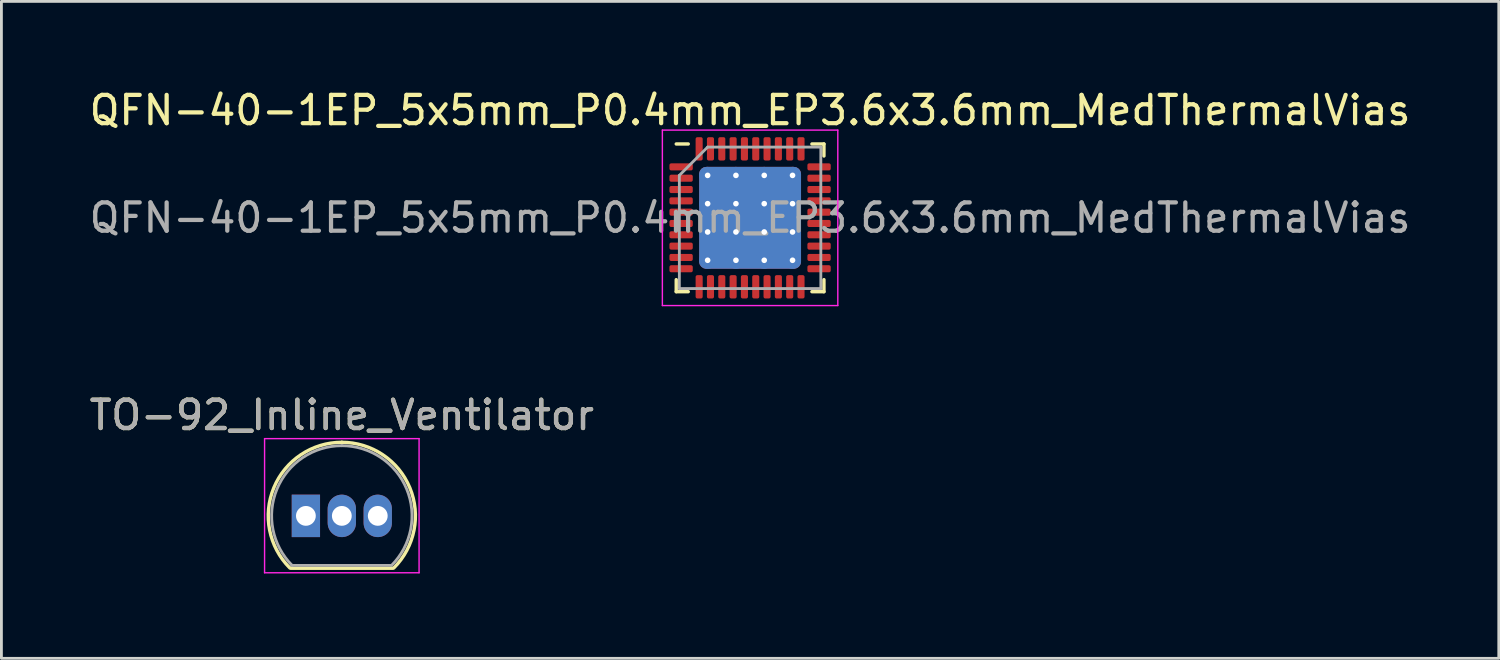
<source format=kicad_pcb>
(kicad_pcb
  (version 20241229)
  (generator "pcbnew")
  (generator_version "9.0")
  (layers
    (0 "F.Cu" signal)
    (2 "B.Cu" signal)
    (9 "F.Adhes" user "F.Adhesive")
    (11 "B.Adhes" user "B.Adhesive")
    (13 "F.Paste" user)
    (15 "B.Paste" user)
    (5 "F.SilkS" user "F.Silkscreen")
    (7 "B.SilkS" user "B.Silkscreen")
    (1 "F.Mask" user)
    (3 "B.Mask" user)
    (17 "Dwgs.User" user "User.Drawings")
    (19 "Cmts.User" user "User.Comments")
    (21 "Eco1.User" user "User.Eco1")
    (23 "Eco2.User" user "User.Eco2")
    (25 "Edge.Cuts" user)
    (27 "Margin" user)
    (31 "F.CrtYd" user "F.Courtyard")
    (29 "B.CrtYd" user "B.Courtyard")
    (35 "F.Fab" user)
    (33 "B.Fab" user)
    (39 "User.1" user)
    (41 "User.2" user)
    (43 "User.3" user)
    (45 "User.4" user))
  (footprint "QFN-40-1EP_5x5mm_P0.4mm_EP3.6x3.6mm_MedThermalVias"
    (layer "F.Cu")
    (at 23.458 4.648)
    (property "Reference" "QFN-40-1EP_5x5mm_P0.4mm_EP3.6x3.6mm_MedThermalVias" (at 0 -3.8 0) (layer "F.SilkS") (effects (font (size 1 1) (thickness 0.15))))
    (attr smd)
    (fp_line (start -2.61 2.61) (end -2.61 2.185) (stroke (width 0.12) (type solid)) (layer "F.SilkS"))
    (fp_line (start -2.185 -2.61) (end -2.61 -2.61) (stroke (width 0.12) (type solid)) (layer "F.SilkS"))
    (fp_line (start -2.185 2.61) (end -2.61 2.61) (stroke (width 0.12) (type solid)) (layer "F.SilkS"))
    (fp_line (start 2.185 -2.61) (end 2.61 -2.61) (stroke (width 0.12) (type solid)) (layer "F.SilkS"))
    (fp_line (start 2.185 2.61) (end 2.61 2.61) (stroke (width 0.12) (type solid)) (layer "F.SilkS"))
    (fp_line (start 2.61 -2.61) (end 2.61 -2.185) (stroke (width 0.12) (type solid)) (layer "F.SilkS"))
    (fp_line (start 2.61 2.61) (end 2.61 2.185) (stroke (width 0.12) (type solid)) (layer "F.SilkS"))
    (fp_line (start -3.1 -3.1) (end -3.1 3.1) (stroke (width 0.05) (type solid)) (layer "F.CrtYd"))
    (fp_line (start -3.1 3.1) (end 3.1 3.1) (stroke (width 0.05) (type solid)) (layer "F.CrtYd"))
    (fp_line (start 3.1 -3.1) (end -3.1 -3.1) (stroke (width 0.05) (type solid)) (layer "F.CrtYd"))
    (fp_line (start 3.1 3.1) (end 3.1 -3.1) (stroke (width 0.05) (type solid)) (layer "F.CrtYd"))
    (fp_line (start -2.5 -1.5) (end -1.5 -2.5) (stroke (width 0.1) (type solid)) (layer "F.Fab"))
    (fp_line (start -2.5 2.5) (end -2.5 -1.5) (stroke (width 0.1) (type solid)) (layer "F.Fab"))
    (fp_line (start -1.5 -2.5) (end 2.5 -2.5) (stroke (width 0.1) (type solid)) (layer "F.Fab"))
    (fp_line (start 2.5 -2.5) (end 2.5 2.5) (stroke (width 0.1) (type solid)) (layer "F.Fab"))
    (fp_line (start 2.5 2.5) (end -2.5 2.5) (stroke (width 0.1) (type solid)) (layer "F.Fab"))
    (fp_text user "${REFERENCE}" (at 0 0 0) (layer "F.Fab") (effects (font (size 1 1) (thickness 0.15))))
    (pad "" smd custom (at -1.033 -1.033) (size 0.803 0.803) (layers "F.Paste") (options (anchor circle)) (primitives (gr_poly (pts (xy -0.338 -0.233) (xy -0.233 -0.338) (xy 0.233 -0.338) (xy 0.338 -0.233) (xy 0.338 0.233) (xy 0.233 0.338) (xy -0.233 0.338) (xy -0.338 0.233)) (width 0.253) (fill yes))))
    (pad "" smd custom (at -1.033 0) (size 0.803 0.803) (layers "F.Paste") (options (anchor circle)) (primitives (gr_poly (pts (xy -0.338 -0.233) (xy -0.233 -0.338) (xy 0.233 -0.338) (xy 0.338 -0.233) (xy 0.338 0.233) (xy 0.233 0.338) (xy -0.233 0.338) (xy -0.338 0.233)) (width 0.253) (fill yes))))
    (pad "" smd custom (at -1.033 1.033) (size 0.803 0.803) (layers "F.Paste") (options (anchor circle)) (primitives (gr_poly (pts (xy -0.338 -0.233) (xy -0.233 -0.338) (xy 0.233 -0.338) (xy 0.338 -0.233) (xy 0.338 0.233) (xy 0.233 0.338) (xy -0.233 0.338) (xy -0.338 0.233)) (width 0.253) (fill yes))))
    (pad "" smd custom (at 0 -1.033) (size 0.803 0.803) (layers "F.Paste") (options (anchor circle)) (primitives (gr_poly (pts (xy -0.338 -0.233) (xy -0.233 -0.338) (xy 0.233 -0.338) (xy 0.338 -0.233) (xy 0.338 0.233) (xy 0.233 0.338) (xy -0.233 0.338) (xy -0.338 0.233)) (width 0.253) (fill yes))))
    (pad "" smd custom (at 0 0) (size 0.803 0.803) (layers "F.Paste") (options (anchor circle)) (primitives (gr_poly (pts (xy -0.338 -0.233) (xy -0.233 -0.338) (xy 0.233 -0.338) (xy 0.338 -0.233) (xy 0.338 0.233) (xy 0.233 0.338) (xy -0.233 0.338) (xy -0.338 0.233)) (width 0.253) (fill yes))))
    (pad "" smd custom (at 0 1.033) (size 0.803 0.803) (layers "F.Paste") (options (anchor circle)) (primitives (gr_poly (pts (xy -0.338 -0.233) (xy -0.233 -0.338) (xy 0.233 -0.338) (xy 0.338 -0.233) (xy 0.338 0.233) (xy 0.233 0.338) (xy -0.233 0.338) (xy -0.338 0.233)) (width 0.253) (fill yes))))
    (pad "" smd custom (at 1.033 -1.033) (size 0.803 0.803) (layers "F.Paste") (options (anchor circle)) (primitives (gr_poly (pts (xy -0.338 -0.233) (xy -0.233 -0.338) (xy 0.233 -0.338) (xy 0.338 -0.233) (xy 0.338 0.233) (xy 0.233 0.338) (xy -0.233 0.338) (xy -0.338 0.233)) (width 0.253) (fill yes))))
    (pad "" smd custom (at 1.033 0) (size 0.803 0.803) (layers "F.Paste") (options (anchor circle)) (primitives (gr_poly (pts (xy -0.338 -0.233) (xy -0.233 -0.338) (xy 0.233 -0.338) (xy 0.338 -0.233) (xy 0.338 0.233) (xy 0.233 0.338) (xy -0.233 0.338) (xy -0.338 0.233)) (width 0.253) (fill yes))))
    (pad "" smd custom (at 1.033 1.033) (size 0.803 0.803) (layers "F.Paste") (options (anchor circle)) (primitives (gr_poly (pts (xy -0.338 -0.233) (xy -0.233 -0.338) (xy 0.233 -0.338) (xy 0.338 -0.233) (xy 0.338 0.233) (xy 0.233 0.338) (xy -0.233 0.338) (xy -0.338 0.233)) (width 0.253) (fill yes))))
    (pad "1" smd roundrect (at -2.438 -1.8) (size 0.825 0.25) (layers "F.Cu" "F.Mask" "F.Paste") (roundrect_rratio 0.25))
    (pad "2" smd roundrect (at -2.438 -1.4) (size 0.825 0.25) (layers "F.Cu" "F.Mask" "F.Paste") (roundrect_rratio 0.25))
    (pad "3" smd roundrect (at -2.438 -1) (size 0.825 0.25) (layers "F.Cu" "F.Mask" "F.Paste") (roundrect_rratio 0.25))
    (pad "4" smd roundrect (at -2.438 -0.6) (size 0.825 0.25) (layers "F.Cu" "F.Mask" "F.Paste") (roundrect_rratio 0.25))
    (pad "5" smd roundrect (at -2.438 -0.2) (size 0.825 0.25) (layers "F.Cu" "F.Mask" "F.Paste") (roundrect_rratio 0.25))
    (pad "6" smd roundrect (at -2.438 0.2) (size 0.825 0.25) (layers "F.Cu" "F.Mask" "F.Paste") (roundrect_rratio 0.25))
    (pad "7" smd roundrect (at -2.438 0.6) (size 0.825 0.25) (layers "F.Cu" "F.Mask" "F.Paste") (roundrect_rratio 0.25))
    (pad "8" smd roundrect (at -2.438 1) (size 0.825 0.25) (layers "F.Cu" "F.Mask" "F.Paste") (roundrect_rratio 0.25))
    (pad "9" smd roundrect (at -2.438 1.4) (size 0.825 0.25) (layers "F.Cu" "F.Mask" "F.Paste") (roundrect_rratio 0.25))
    (pad "10" smd roundrect (at -2.438 1.8) (size 0.825 0.25) (layers "F.Cu" "F.Mask" "F.Paste") (roundrect_rratio 0.25))
    (pad "11" smd roundrect (at -1.8 2.438) (size 0.25 0.825) (layers "F.Cu" "F.Mask" "F.Paste") (roundrect_rratio 0.25))
    (pad "12" smd roundrect (at -1.4 2.438) (size 0.25 0.825) (layers "F.Cu" "F.Mask" "F.Paste") (roundrect_rratio 0.25))
    (pad "13" smd roundrect (at -1 2.438) (size 0.25 0.825) (layers "F.Cu" "F.Mask" "F.Paste") (roundrect_rratio 0.25))
    (pad "14" smd roundrect (at -0.6 2.438) (size 0.25 0.825) (layers "F.Cu" "F.Mask" "F.Paste") (roundrect_rratio 0.25))
    (pad "15" smd roundrect (at -0.2 2.438) (size 0.25 0.825) (layers "F.Cu" "F.Mask" "F.Paste") (roundrect_rratio 0.25))
    (pad "16" smd roundrect (at 0.2 2.438) (size 0.25 0.825) (layers "F.Cu" "F.Mask" "F.Paste") (roundrect_rratio 0.25))
    (pad "17" smd roundrect (at 0.6 2.438) (size 0.25 0.825) (layers "F.Cu" "F.Mask" "F.Paste") (roundrect_rratio 0.25))
    (pad "18" smd roundrect (at 1 2.438) (size 0.25 0.825) (layers "F.Cu" "F.Mask" "F.Paste") (roundrect_rratio 0.25))
    (pad "19" smd roundrect (at 1.4 2.438) (size 0.25 0.825) (layers "F.Cu" "F.Mask" "F.Paste") (roundrect_rratio 0.25))
    (pad "20" smd roundrect (at 1.8 2.438) (size 0.25 0.825) (layers "F.Cu" "F.Mask" "F.Paste") (roundrect_rratio 0.25))
    (pad "21" smd roundrect (at 2.438 1.8) (size 0.825 0.25) (layers "F.Cu" "F.Mask" "F.Paste") (roundrect_rratio 0.25))
    (pad "22" smd roundrect (at 2.438 1.4) (size 0.825 0.25) (layers "F.Cu" "F.Mask" "F.Paste") (roundrect_rratio 0.25))
    (pad "23" smd roundrect (at 2.438 1) (size 0.825 0.25) (layers "F.Cu" "F.Mask" "F.Paste") (roundrect_rratio 0.25))
    (pad "24" smd roundrect (at 2.438 0.6) (size 0.825 0.25) (layers "F.Cu" "F.Mask" "F.Paste") (roundrect_rratio 0.25))
    (pad "25" smd roundrect (at 2.438 0.2) (size 0.825 0.25) (layers "F.Cu" "F.Mask" "F.Paste") (roundrect_rratio 0.25))
    (pad "26" smd roundrect (at 2.438 -0.2) (size 0.825 0.25) (layers "F.Cu" "F.Mask" "F.Paste") (roundrect_rratio 0.25))
    (pad "27" smd roundrect (at 2.438 -0.6) (size 0.825 0.25) (layers "F.Cu" "F.Mask" "F.Paste") (roundrect_rratio 0.25))
    (pad "28" smd roundrect (at 2.438 -1) (size 0.825 0.25) (layers "F.Cu" "F.Mask" "F.Paste") (roundrect_rratio 0.25))
    (pad "29" smd roundrect (at 2.438 -1.4) (size 0.825 0.25) (layers "F.Cu" "F.Mask" "F.Paste") (roundrect_rratio 0.25))
    (pad "30" smd roundrect (at 2.438 -1.8) (size 0.825 0.25) (layers "F.Cu" "F.Mask" "F.Paste") (roundrect_rratio 0.25))
    (pad "31" smd roundrect (at 1.8 -2.438) (size 0.25 0.825) (layers "F.Cu" "F.Mask" "F.Paste") (roundrect_rratio 0.25))
    (pad "32" smd roundrect (at 1.4 -2.438) (size 0.25 0.825) (layers "F.Cu" "F.Mask" "F.Paste") (roundrect_rratio 0.25))
    (pad "33" smd roundrect (at 1 -2.438) (size 0.25 0.825) (layers "F.Cu" "F.Mask" "F.Paste") (roundrect_rratio 0.25))
    (pad "34" smd roundrect (at 0.6 -2.438) (size 0.25 0.825) (layers "F.Cu" "F.Mask" "F.Paste") (roundrect_rratio 0.25))
    (pad "35" smd roundrect (at 0.2 -2.438) (size 0.25 0.825) (layers "F.Cu" "F.Mask" "F.Paste") (roundrect_rratio 0.25))
    (pad "36" smd roundrect (at -0.2 -2.438) (size 0.25 0.825) (layers "F.Cu" "F.Mask" "F.Paste") (roundrect_rratio 0.25))
    (pad "37" smd roundrect (at -0.6 -2.438) (size 0.25 0.825) (layers "F.Cu" "F.Mask" "F.Paste") (roundrect_rratio 0.25))
    (pad "38" smd roundrect (at -1 -2.438) (size 0.25 0.825) (layers "F.Cu" "F.Mask" "F.Paste") (roundrect_rratio 0.25))
    (pad "39" smd roundrect (at -1.4 -2.438) (size 0.25 0.825) (layers "F.Cu" "F.Mask" "F.Paste") (roundrect_rratio 0.25))
    (pad "40" smd roundrect (at -1.8 -2.438) (size 0.25 0.825) (layers "F.Cu" "F.Mask" "F.Paste") (roundrect_rratio 0.25))
    (pad "41" thru_hole circle (at -1.5 -1.5) (size 0.6 0.6) (drill 0.2) (layers "*.Cu"))
    (pad "41" thru_hole circle (at -1.5 -0.5) (size 0.6 0.6) (drill 0.2) (layers "*.Cu"))
    (pad "41" thru_hole circle (at -1.5 0.5) (size 0.6 0.6) (drill 0.2) (layers "*.Cu"))
    (pad "41" thru_hole circle (at -1.5 1.5) (size 0.6 0.6) (drill 0.2) (layers "*.Cu"))
    (pad "41" thru_hole circle (at -0.5 -1.5) (size 0.6 0.6) (drill 0.2) (layers "*.Cu"))
    (pad "41" thru_hole circle (at -0.5 -0.5) (size 0.6 0.6) (drill 0.2) (layers "*.Cu"))
    (pad "41" thru_hole circle (at -0.5 0.5) (size 0.6 0.6) (drill 0.2) (layers "*.Cu"))
    (pad "41" thru_hole circle (at -0.5 1.5) (size 0.6 0.6) (drill 0.2) (layers "*.Cu"))
    (pad "41" smd roundrect (at 0 0) (size 3.6 3.6) (layers "F.Cu" "F.Mask") (roundrect_rratio 0.069))
    (pad "41" smd roundrect (at 0 0) (size 3.6 3.6) (layers "B.Cu") (roundrect_rratio 0.069))
    (pad "41" thru_hole circle (at 0.5 -1.5) (size 0.6 0.6) (drill 0.2) (layers "*.Cu"))
    (pad "41" thru_hole circle (at 0.5 -0.5) (size 0.6 0.6) (drill 0.2) (layers "*.Cu"))
    (pad "41" thru_hole circle (at 0.5 0.5) (size 0.6 0.6) (drill 0.2) (layers "*.Cu"))
    (pad "41" thru_hole circle (at 0.5 1.5) (size 0.6 0.6) (drill 0.2) (layers "*.Cu"))
    (pad "41" thru_hole circle (at 1.5 -1.5) (size 0.6 0.6) (drill 0.2) (layers "*.Cu"))
    (pad "41" thru_hole circle (at 1.5 -0.5) (size 0.6 0.6) (drill 0.2) (layers "*.Cu"))
    (pad "41" thru_hole circle (at 1.5 0.5) (size 0.6 0.6) (drill 0.2) (layers "*.Cu"))
    (pad "41" thru_hole circle (at 1.5 1.5) (size 0.6 0.6) (drill 0.2) (layers "*.Cu")))
  (footprint "TO-92_Inline_Ventilator"
    (layer "F.Cu")
    (at 7.76 15.181)
    (property "Reference" "TO-92_Inline_Ventilator" (at 1.27 -3.56 0) (layer "F.SilkS") (effects (font (size 1 1) (thickness 0.15))))
    (attr through_hole)
    (fp_line (start -0.53 1.85) (end 3.07 1.85) (stroke (width 0.12) (type solid)) (layer "F.SilkS"))
    (fp_arc (start -0.568478 1.838478) (mid -1.132087 -0.994977) (end 1.27 -2.6) (stroke (width 0.12) (type solid)) (layer "F.SilkS"))
    (fp_arc (start 1.27 -2.6) (mid 3.672087 -0.994977) (end 3.108478 1.838478) (stroke (width 0.12) (type solid)) (layer "F.SilkS"))
    (fp_line (start -1.46 -2.73) (end -1.46 2.01) (stroke (width 0.05) (type solid)) (layer "F.CrtYd"))
    (fp_line (start -1.46 -2.73) (end 4 -2.73) (stroke (width 0.05) (type solid)) (layer "F.CrtYd"))
    (fp_line (start 4 2.01) (end -1.46 2.01) (stroke (width 0.05) (type solid)) (layer "F.CrtYd"))
    (fp_line (start 4 2.01) (end 4 -2.73) (stroke (width 0.05) (type solid)) (layer "F.CrtYd"))
    (fp_line (start -0.5 1.75) (end 3 1.75) (stroke (width 0.1) (type solid)) (layer "F.Fab"))
    (fp_arc (start -0.483625 1.753625) (mid -1.021221 -0.949055) (end 1.27 -2.48) (stroke (width 0.1) (type solid)) (layer "F.Fab"))
    (fp_arc (start 1.27 -2.48) (mid 3.561221 -0.949055) (end 3.023625 1.753625) (stroke (width 0.1) (type solid)) (layer "F.Fab"))
    (fp_text user "${REFERENCE}" (at 1.27 -3.56 0) (layer "F.Fab") (effects (font (size 1 1) (thickness 0.15))))
    (pad "1" thru_hole rect (at 0 0) (size 1 1.5) (drill 0.7) (layers "*.Cu" "*.Mask"))
    (pad "2" thru_hole oval (at 1.27 0) (size 1 1.5) (drill 0.7) (layers "*.Cu" "*.Mask"))
    (pad "3" thru_hole oval (at 2.54 0) (size 1 1.5) (drill 0.7) (layers "*.Cu" "*.Mask")))
  (gr_rect
    (start -3 -3)
    (end 49.917 20.216)
    (stroke (width 0.1) (type default))
    (fill no)
    (layer "Edge.Cuts")))
</source>
